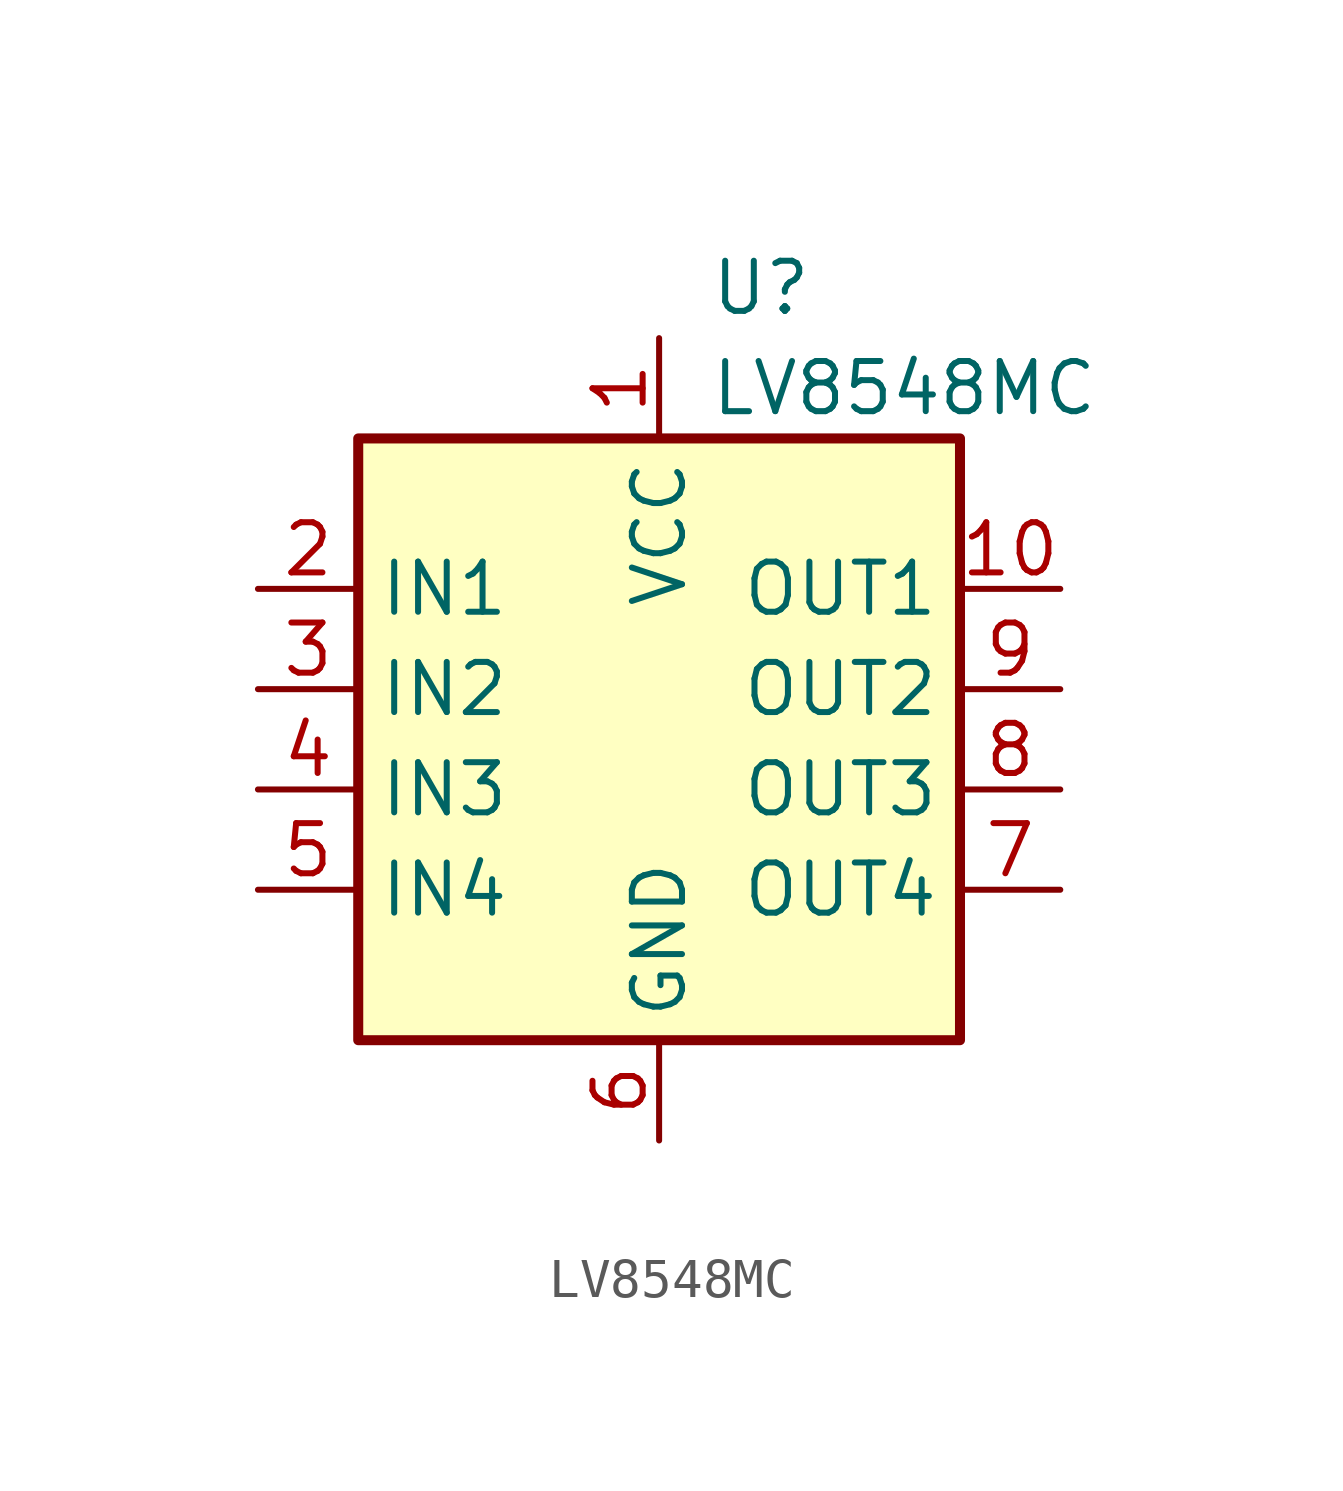
<source format=kicad_sym>
(kicad_symbol_lib
  (version 20241209)
  (generator "kicad_symbol_editor")
  (generator_version "9.0")
  (symbol "LV8548MC"
    (property "Reference" "U"
      (at 1.27 11.43 0)
      (effects (font (size 1.27 1.27)) (justify left)))
    (property "Value" "LV8548MC"
      (at 1.27 8.89 0)
      (effects (font (size 1.27 1.27)) (justify left)))
    (symbol "LV8548MC_0_0"
      (pin input line (at -10.16 3.81 0) (length 2.54) (name "IN1" (effects (font (size 1.27 1.27)))) (number "2" (effects (font (size 1.27 1.27)))))
      (pin input line (at -10.16 1.27 0) (length 2.54) (name "IN2" (effects (font (size 1.27 1.27)))) (number "3" (effects (font (size 1.27 1.27)))))
      (pin input line (at -10.16 -1.27 0) (length 2.54) (name "IN3" (effects (font (size 1.27 1.27)))) (number "4" (effects (font (size 1.27 1.27)))))
      (pin input line (at -10.16 -3.81 0) (length 2.54) (name "IN4" (effects (font (size 1.27 1.27)))) (number "5" (effects (font (size 1.27 1.27)))))
      (pin power_in line (at 0 10.16 270) (length 2.54) (name "VCC" (effects (font (size 1.27 1.27)))) (number "1" (effects (font (size 1.27 1.27)))))
      (pin power_in line (at 0 -10.16 90) (length 2.54) (name "GND" (effects (font (size 1.27 1.27)))) (number "6" (effects (font (size 1.27 1.27)))))
      (pin output line (at 10.16 3.81 180) (length 2.54) (name "OUT1" (effects (font (size 1.27 1.27)))) (number "10" (effects (font (size 1.27 1.27)))))
      (pin output line (at 10.16 1.27 180) (length 2.54) (name "OUT2" (effects (font (size 1.27 1.27)))) (number "9" (effects (font (size 1.27 1.27)))))
      (pin output line (at 10.16 -1.27 180) (length 2.54) (name "OUT3" (effects (font (size 1.27 1.27)))) (number "8" (effects (font (size 1.27 1.27)))))
      (pin output line (at 10.16 -3.81 180) (length 2.54) (name "OUT4" (effects (font (size 1.27 1.27)))) (number "7" (effects (font (size 1.27 1.27))))))
    (symbol "LV8548MC_0_1"
      (rectangle (start -7.62 7.62) (end 7.62 -7.62) (stroke (width 0.254) (type default)) (fill (type background))))))
</source>
